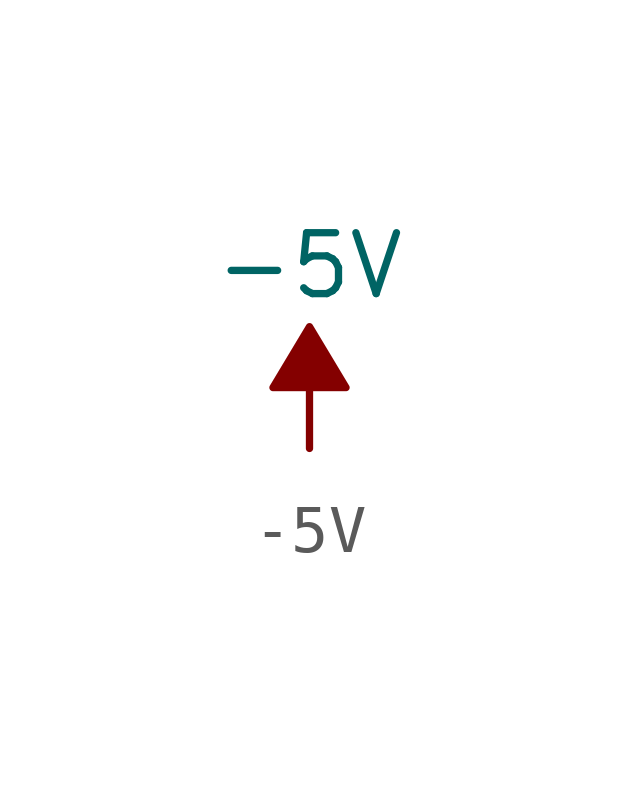
<source format=kicad_sym>
(kicad_symbol_lib
  (version 20231120)
  (generator "kicad_symbol_editor")
  (generator_version "8.0")
  (symbol "-5V"
    (power)
    (pin_numbers hide)
    (pin_names
      (offset 0) hide)
    (property "Reference" "#PWR"
      (at 0 2.54 0)
      (effects (font (size 1.27 1.27)) (hide yes)))
    (property "Value" "-5V"
      (at 0 3.81 0)
      (effects (font (size 1.27 1.27))))
    (symbol "-5V_0_0"
      (pin power_in line (at 0 0 90) (length 0) hide (name "-5V" (effects (font (size 1.27 1.27)))) (number "1" (effects (font (size 1.27 1.27))))))
    (symbol "-5V_0_1"
      (polyline (pts (xy 0 0) (xy 0 1.27) (xy 0.762 1.27) (xy 0 2.54) (xy -0.762 1.27) (xy 0 1.27)) (stroke (width 0) (type default)) (fill (type outline))))))
</source>
